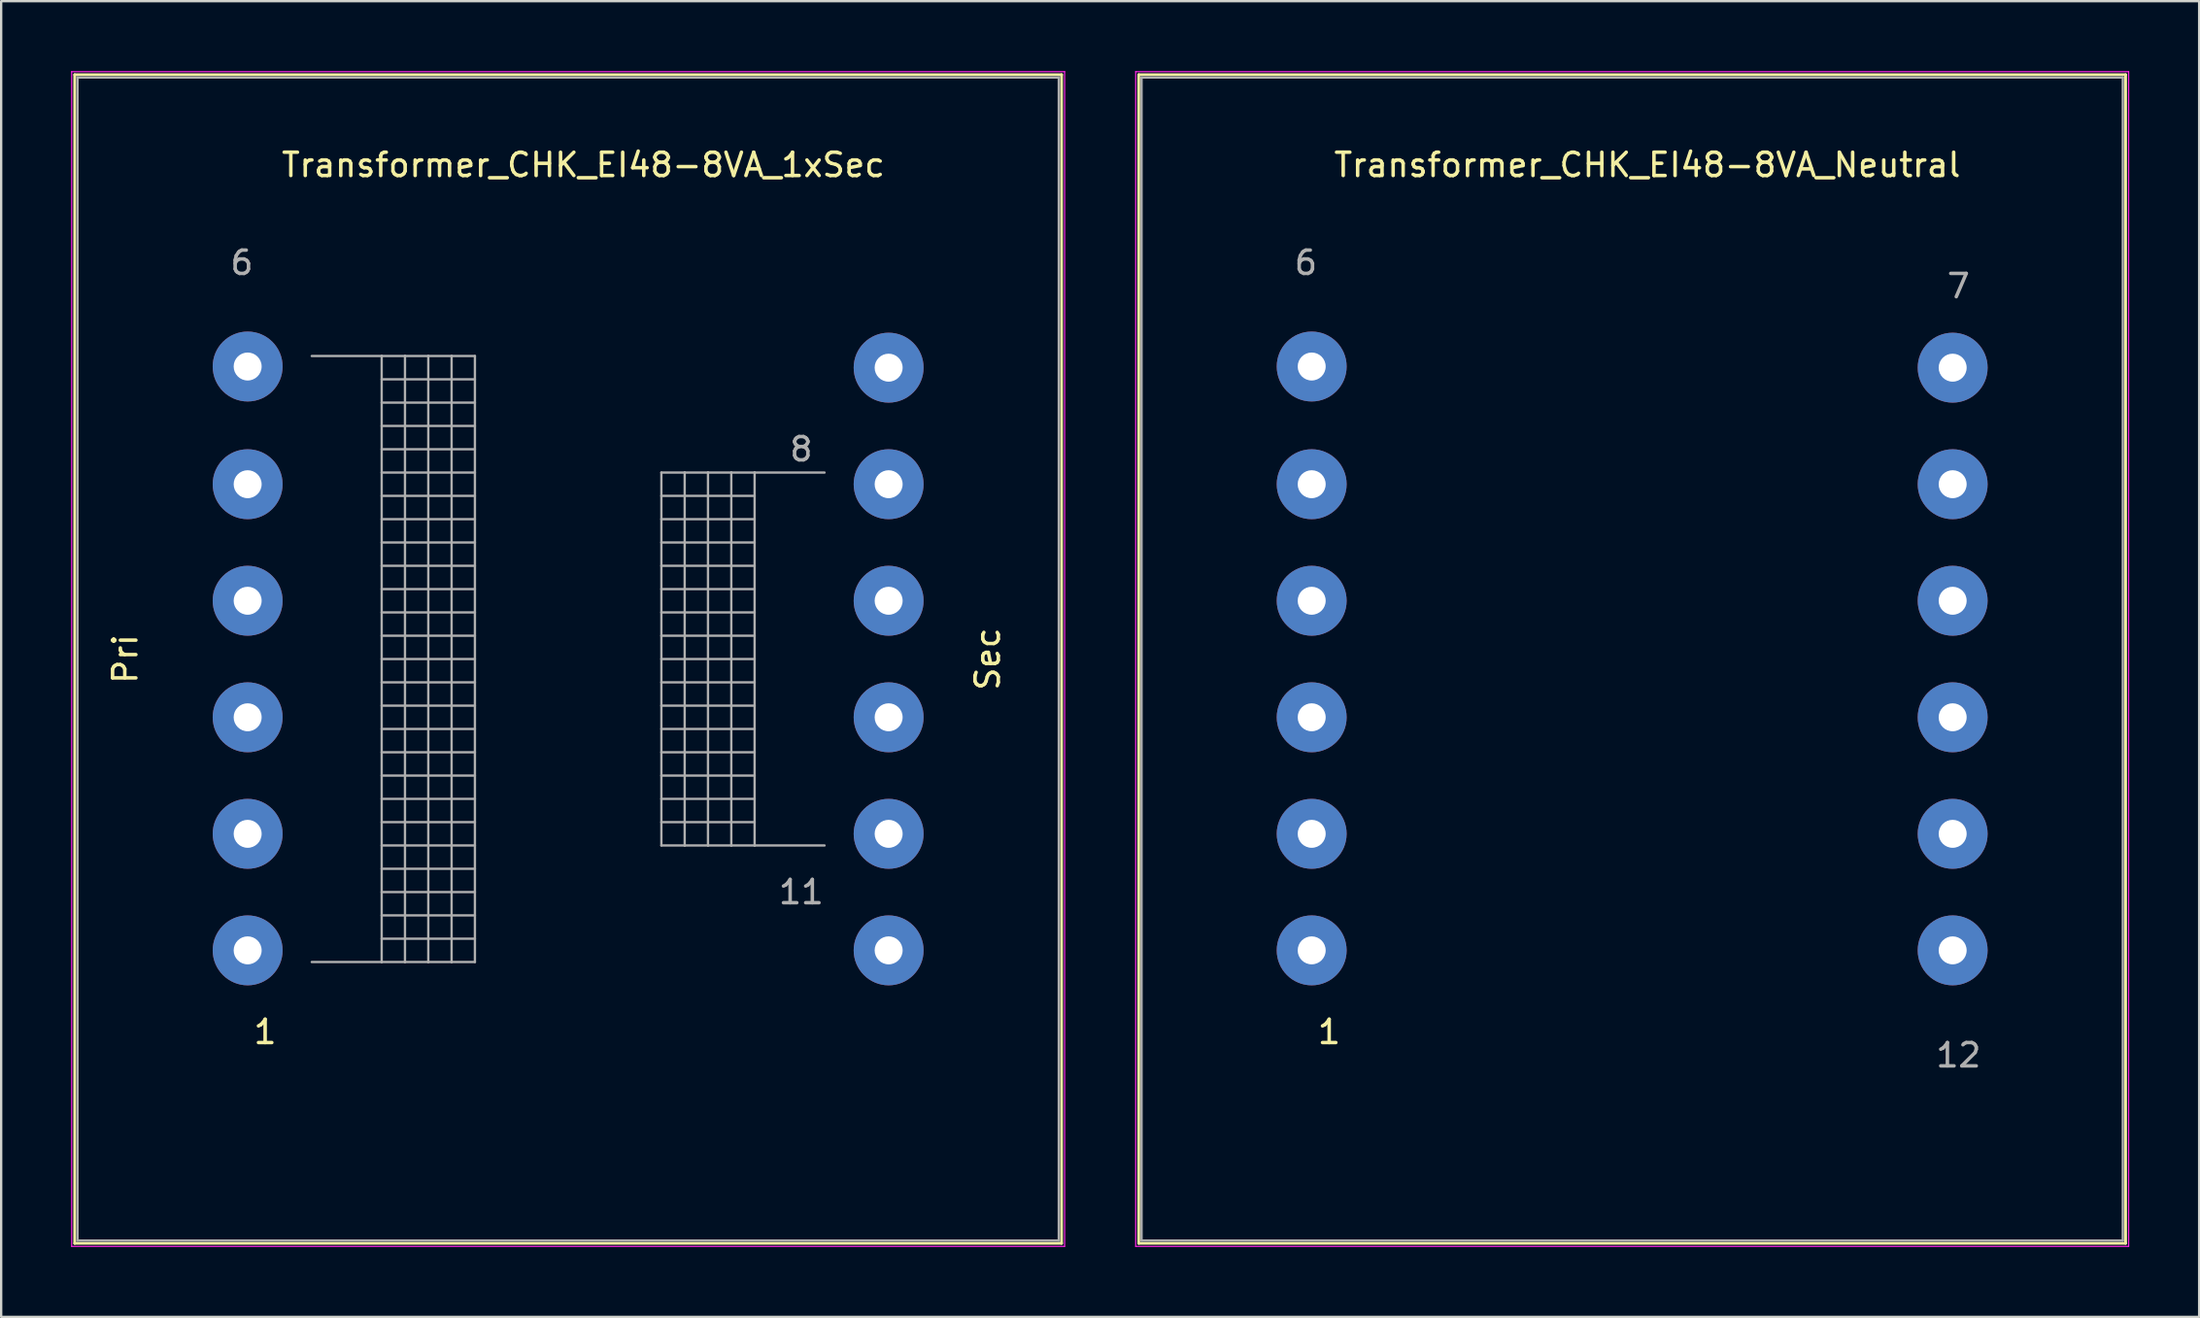
<source format=kicad_pcb>
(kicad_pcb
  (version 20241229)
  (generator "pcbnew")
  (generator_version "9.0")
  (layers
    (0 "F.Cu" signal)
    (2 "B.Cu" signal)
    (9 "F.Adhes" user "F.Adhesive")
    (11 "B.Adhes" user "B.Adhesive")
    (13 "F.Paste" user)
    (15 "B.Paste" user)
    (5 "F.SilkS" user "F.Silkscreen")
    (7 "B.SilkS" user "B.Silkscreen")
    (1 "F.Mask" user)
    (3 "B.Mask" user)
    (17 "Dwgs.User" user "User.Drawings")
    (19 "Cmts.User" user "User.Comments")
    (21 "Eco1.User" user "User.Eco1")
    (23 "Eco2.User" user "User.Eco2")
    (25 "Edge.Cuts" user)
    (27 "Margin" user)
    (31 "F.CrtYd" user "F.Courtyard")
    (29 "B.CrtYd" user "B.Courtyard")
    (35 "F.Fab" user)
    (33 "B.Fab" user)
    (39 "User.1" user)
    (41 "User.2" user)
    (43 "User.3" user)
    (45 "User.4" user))
  (footprint "Transformer_CHK_EI48-8VA_1xSec"
    (layer "F.Cu")
    (at 7.575 37.725)
    (property "Reference" "Transformer_CHK_EI48-8VA_1xSec" (at 14.4 -33.7 0) (layer "F.SilkS") (effects (font (size 1 1) (thickness 0.15))))
    (attr through_hole)
    (fp_line (start -7.42 -37.57) (end -7.42 12.57) (stroke (width 0.12) (type solid)) (layer "F.SilkS"))
    (fp_line (start -7.42 -37.57) (end 34.92 -37.57) (stroke (width 0.12) (type solid)) (layer "F.SilkS"))
    (fp_line (start 34.92 12.57) (end -7.42 12.57) (stroke (width 0.12) (type solid)) (layer "F.SilkS"))
    (fp_line (start 34.92 12.57) (end 34.92 -37.57) (stroke (width 0.12) (type solid)) (layer "F.SilkS"))
    (fp_line (start -7.55 -37.7) (end -7.55 12.7) (stroke (width 0.05) (type solid)) (layer "F.CrtYd"))
    (fp_line (start -7.55 -37.7) (end 35.05 -37.7) (stroke (width 0.05) (type solid)) (layer "F.CrtYd"))
    (fp_line (start 35.05 12.7) (end -7.55 12.7) (stroke (width 0.05) (type solid)) (layer "F.CrtYd"))
    (fp_line (start 35.05 12.7) (end 35.05 -37.7) (stroke (width 0.05) (type solid)) (layer "F.CrtYd"))
    (fp_line (start -7.3 -37.45) (end 34.8 -37.45) (stroke (width 0.1) (type solid)) (layer "F.Fab"))
    (fp_line (start -7.3 12.45) (end -7.3 -37.45) (stroke (width 0.1) (type solid)) (layer "F.Fab"))
    (fp_line (start 2.75 -25.5) (end 5.75 -25.5) (stroke (width 0.1) (type solid)) (layer "F.Fab"))
    (fp_line (start 5.75 -25.5) (end 5.75 0.5) (stroke (width 0.1) (type solid)) (layer "F.Fab"))
    (fp_line (start 5.75 -25.5) (end 6.75 -25.5) (stroke (width 0.1) (type solid)) (layer "F.Fab"))
    (fp_line (start 5.75 -24.5) (end 9.75 -24.5) (stroke (width 0.1) (type solid)) (layer "F.Fab"))
    (fp_line (start 5.75 -23.5) (end 9.75 -23.5) (stroke (width 0.1) (type solid)) (layer "F.Fab"))
    (fp_line (start 5.75 -22.5) (end 9.75 -22.5) (stroke (width 0.1) (type solid)) (layer "F.Fab"))
    (fp_line (start 5.75 -21.5) (end 9.75 -21.5) (stroke (width 0.1) (type solid)) (layer "F.Fab"))
    (fp_line (start 5.75 -20.5) (end 9.75 -20.5) (stroke (width 0.1) (type solid)) (layer "F.Fab"))
    (fp_line (start 5.75 -19.5) (end 9.75 -19.5) (stroke (width 0.1) (type solid)) (layer "F.Fab"))
    (fp_line (start 5.75 -18.5) (end 9.75 -18.5) (stroke (width 0.1) (type solid)) (layer "F.Fab"))
    (fp_line (start 5.75 -17.5) (end 9.75 -17.5) (stroke (width 0.1) (type solid)) (layer "F.Fab"))
    (fp_line (start 5.75 -16.5) (end 9.75 -16.5) (stroke (width 0.1) (type solid)) (layer "F.Fab"))
    (fp_line (start 5.75 -15.5) (end 9.75 -15.5) (stroke (width 0.1) (type solid)) (layer "F.Fab"))
    (fp_line (start 5.75 -14.5) (end 9.75 -14.5) (stroke (width 0.1) (type solid)) (layer "F.Fab"))
    (fp_line (start 5.75 -13.5) (end 9.75 -13.5) (stroke (width 0.1) (type solid)) (layer "F.Fab"))
    (fp_line (start 5.75 -12.5) (end 9.75 -12.5) (stroke (width 0.1) (type solid)) (layer "F.Fab"))
    (fp_line (start 5.75 -11.5) (end 9.75 -11.5) (stroke (width 0.1) (type solid)) (layer "F.Fab"))
    (fp_line (start 5.75 -10.5) (end 9.75 -10.5) (stroke (width 0.1) (type solid)) (layer "F.Fab"))
    (fp_line (start 5.75 -9.5) (end 9.75 -9.5) (stroke (width 0.1) (type solid)) (layer "F.Fab"))
    (fp_line (start 5.75 -8.5) (end 9.75 -8.5) (stroke (width 0.1) (type solid)) (layer "F.Fab"))
    (fp_line (start 5.75 -7.5) (end 9.75 -7.5) (stroke (width 0.1) (type solid)) (layer "F.Fab"))
    (fp_line (start 5.75 -6.5) (end 9.75 -6.5) (stroke (width 0.1) (type solid)) (layer "F.Fab"))
    (fp_line (start 5.75 -5.5) (end 9.75 -5.5) (stroke (width 0.1) (type solid)) (layer "F.Fab"))
    (fp_line (start 5.75 -4.5) (end 9.75 -4.5) (stroke (width 0.1) (type solid)) (layer "F.Fab"))
    (fp_line (start 5.75 -3.5) (end 9.75 -3.5) (stroke (width 0.1) (type solid)) (layer "F.Fab"))
    (fp_line (start 5.75 -2.5) (end 9.75 -2.5) (stroke (width 0.1) (type solid)) (layer "F.Fab"))
    (fp_line (start 5.75 -1.5) (end 9.75 -1.5) (stroke (width 0.1) (type solid)) (layer "F.Fab"))
    (fp_line (start 5.75 -0.5) (end 9.75 -0.5) (stroke (width 0.1) (type solid)) (layer "F.Fab"))
    (fp_line (start 5.75 0.5) (end 2.75 0.5) (stroke (width 0.1) (type solid)) (layer "F.Fab"))
    (fp_line (start 6.75 -25.5) (end 6.75 0.5) (stroke (width 0.1) (type solid)) (layer "F.Fab"))
    (fp_line (start 6.75 -25.5) (end 7.75 -25.5) (stroke (width 0.1) (type solid)) (layer "F.Fab"))
    (fp_line (start 6.75 0.5) (end 5.75 0.5) (stroke (width 0.1) (type solid)) (layer "F.Fab"))
    (fp_line (start 7.75 -25.5) (end 7.75 0.5) (stroke (width 0.1) (type solid)) (layer "F.Fab"))
    (fp_line (start 7.75 -25.5) (end 8.75 -25.5) (stroke (width 0.1) (type solid)) (layer "F.Fab"))
    (fp_line (start 7.75 0.5) (end 6.75 0.5) (stroke (width 0.1) (type solid)) (layer "F.Fab"))
    (fp_line (start 8.75 -25.5) (end 8.75 0.5) (stroke (width 0.1) (type solid)) (layer "F.Fab"))
    (fp_line (start 8.75 -25.5) (end 9.75 -25.5) (stroke (width 0.1) (type solid)) (layer "F.Fab"))
    (fp_line (start 8.75 0.5) (end 7.75 0.5) (stroke (width 0.1) (type solid)) (layer "F.Fab"))
    (fp_line (start 9.75 -25.5) (end 9.75 0.5) (stroke (width 0.1) (type solid)) (layer "F.Fab"))
    (fp_line (start 9.75 0.5) (end 8.75 0.5) (stroke (width 0.1) (type solid)) (layer "F.Fab"))
    (fp_line (start 17.75 -20.5) (end 17.75 -4.5) (stroke (width 0.1) (type solid)) (layer "F.Fab"))
    (fp_line (start 17.75 -19.5) (end 21.75 -19.5) (stroke (width 0.1) (type solid)) (layer "F.Fab"))
    (fp_line (start 17.75 -18.5) (end 21.75 -18.5) (stroke (width 0.1) (type solid)) (layer "F.Fab"))
    (fp_line (start 17.75 -17.5) (end 21.75 -17.5) (stroke (width 0.1) (type solid)) (layer "F.Fab"))
    (fp_line (start 17.75 -16.5) (end 21.75 -16.5) (stroke (width 0.1) (type solid)) (layer "F.Fab"))
    (fp_line (start 17.75 -15.5) (end 21.75 -15.5) (stroke (width 0.1) (type solid)) (layer "F.Fab"))
    (fp_line (start 17.75 -14.5) (end 21.75 -14.5) (stroke (width 0.1) (type solid)) (layer "F.Fab"))
    (fp_line (start 17.75 -13.5) (end 21.75 -13.5) (stroke (width 0.1) (type solid)) (layer "F.Fab"))
    (fp_line (start 17.75 -12.5) (end 21.75 -12.5) (stroke (width 0.1) (type solid)) (layer "F.Fab"))
    (fp_line (start 17.75 -11.5) (end 21.75 -11.5) (stroke (width 0.1) (type solid)) (layer "F.Fab"))
    (fp_line (start 17.75 -10.5) (end 21.75 -10.5) (stroke (width 0.1) (type solid)) (layer "F.Fab"))
    (fp_line (start 17.75 -9.5) (end 21.75 -9.5) (stroke (width 0.1) (type solid)) (layer "F.Fab"))
    (fp_line (start 17.75 -8.5) (end 21.75 -8.5) (stroke (width 0.1) (type solid)) (layer "F.Fab"))
    (fp_line (start 17.75 -7.5) (end 21.75 -7.5) (stroke (width 0.1) (type solid)) (layer "F.Fab"))
    (fp_line (start 17.75 -6.5) (end 21.75 -6.5) (stroke (width 0.1) (type solid)) (layer "F.Fab"))
    (fp_line (start 17.75 -5.5) (end 21.75 -5.5) (stroke (width 0.1) (type solid)) (layer "F.Fab"))
    (fp_line (start 17.75 -4.5) (end 18.75 -4.5) (stroke (width 0.1) (type solid)) (layer "F.Fab"))
    (fp_line (start 18.75 -20.5) (end 17.75 -20.5) (stroke (width 0.1) (type solid)) (layer "F.Fab"))
    (fp_line (start 18.75 -20.5) (end 18.75 -4.5) (stroke (width 0.1) (type solid)) (layer "F.Fab"))
    (fp_line (start 18.75 -4.5) (end 19.75 -4.5) (stroke (width 0.1) (type solid)) (layer "F.Fab"))
    (fp_line (start 19.75 -20.5) (end 18.75 -20.5) (stroke (width 0.1) (type solid)) (layer "F.Fab"))
    (fp_line (start 19.75 -20.5) (end 19.75 -4.5) (stroke (width 0.1) (type solid)) (layer "F.Fab"))
    (fp_line (start 19.75 -4.5) (end 20.75 -4.5) (stroke (width 0.1) (type solid)) (layer "F.Fab"))
    (fp_line (start 20.75 -20.5) (end 19.75 -20.5) (stroke (width 0.1) (type solid)) (layer "F.Fab"))
    (fp_line (start 20.75 -20.5) (end 20.75 -4.5) (stroke (width 0.1) (type solid)) (layer "F.Fab"))
    (fp_line (start 20.75 -4.5) (end 21.75 -4.5) (stroke (width 0.1) (type solid)) (layer "F.Fab"))
    (fp_line (start 21.75 -20.5) (end 20.75 -20.5) (stroke (width 0.1) (type solid)) (layer "F.Fab"))
    (fp_line (start 21.75 -20.5) (end 21.75 -4.5) (stroke (width 0.1) (type solid)) (layer "F.Fab"))
    (fp_line (start 21.75 -4.5) (end 24.75 -4.5) (stroke (width 0.1) (type solid)) (layer "F.Fab"))
    (fp_line (start 24.75 -20.5) (end 21.75 -20.5) (stroke (width 0.1) (type solid)) (layer "F.Fab"))
    (fp_line (start 34.8 -37.45) (end 34.8 12.45) (stroke (width 0.1) (type solid)) (layer "F.Fab"))
    (fp_line (start 34.8 12.45) (end -7.3 12.45) (stroke (width 0.1) (type solid)) (layer "F.Fab"))
    (fp_text user "Sec" (at 31.75 -12.5 90) (layer "F.SilkS") (effects (font (size 1 1) (thickness 0.15))))
    (fp_text user "Pri" (at -5.25 -12.5 90) (layer "F.SilkS") (effects (font (size 1 1) (thickness 0.15))))
    (fp_text user "1" (at 0.75 3.5 0) (layer "F.SilkS") (effects (font (size 1 1) (thickness 0.15))))
    (fp_text user "6" (at -0.25 -29.5 0) (layer "F.Fab") (effects (font (size 1 1) (thickness 0.15))))
    (fp_text user "11" (at 23.75 -2.5 0) (layer "F.Fab") (effects (font (size 1 1) (thickness 0.15))))
    (fp_text user "8" (at 23.75 -21.5 0) (layer "F.Fab") (effects (font (size 1 1) (thickness 0.15))))
    (pad "1" thru_hole circle (at 0 0) (size 3 3) (drill 1.2) (layers "*.Cu" "*.Mask"))
    (pad "2" thru_hole circle (at 0 -5) (size 3 3) (drill 1.2) (layers "*.Cu" "*.Mask"))
    (pad "3" thru_hole circle (at 0 -10) (size 3 3) (drill 1.2) (layers "*.Cu" "*.Mask"))
    (pad "4" thru_hole circle (at 0 -15) (size 3 3) (drill 1.2) (layers "*.Cu" "*.Mask"))
    (pad "5" thru_hole circle (at 0 -20) (size 3 3) (drill 1.2) (layers "*.Cu" "*.Mask"))
    (pad "6" thru_hole circle (at 0 -25.05) (size 3 3) (drill 1.2) (layers "*.Cu" "*.Mask"))
    (pad "7" thru_hole circle (at 27.5 -25) (size 3 3) (drill 1.2) (layers "*.Cu" "*.Mask"))
    (pad "8" thru_hole circle (at 27.5 -20) (size 3 3) (drill 1.2) (layers "*.Cu" "*.Mask"))
    (pad "9" thru_hole circle (at 27.5 -15) (size 3 3) (drill 1.2) (layers "*.Cu" "*.Mask"))
    (pad "10" thru_hole circle (at 27.5 -10) (size 3 3) (drill 1.2) (layers "*.Cu" "*.Mask"))
    (pad "11" thru_hole circle (at 27.5 -5) (size 3 3) (drill 1.2) (layers "*.Cu" "*.Mask"))
    (pad "12" thru_hole circle (at 27.5 0) (size 3 3) (drill 1.2) (layers "*.Cu" "*.Mask")))
  (footprint "Transformer_CHK_EI48-8VA_Neutral"
    (layer "F.Cu")
    (at 53.225 37.725)
    (property "Reference" "Transformer_CHK_EI48-8VA_Neutral" (at 14.4 -33.7 0) (layer "F.SilkS") (effects (font (size 1 1) (thickness 0.15))))
    (attr through_hole)
    (fp_line (start -7.42 -37.57) (end -7.42 12.57) (stroke (width 0.12) (type solid)) (layer "F.SilkS"))
    (fp_line (start -7.42 -37.57) (end 34.92 -37.57) (stroke (width 0.12) (type solid)) (layer "F.SilkS"))
    (fp_line (start 34.92 12.57) (end -7.42 12.57) (stroke (width 0.12) (type solid)) (layer "F.SilkS"))
    (fp_line (start 34.92 12.57) (end 34.92 -37.57) (stroke (width 0.12) (type solid)) (layer "F.SilkS"))
    (fp_line (start -7.55 -37.7) (end -7.55 12.7) (stroke (width 0.05) (type solid)) (layer "F.CrtYd"))
    (fp_line (start -7.55 -37.7) (end 35.05 -37.7) (stroke (width 0.05) (type solid)) (layer "F.CrtYd"))
    (fp_line (start 35.05 12.7) (end -7.55 12.7) (stroke (width 0.05) (type solid)) (layer "F.CrtYd"))
    (fp_line (start 35.05 12.7) (end 35.05 -37.7) (stroke (width 0.05) (type solid)) (layer "F.CrtYd"))
    (fp_line (start -7.3 -37.45) (end 34.8 -37.45) (stroke (width 0.1) (type solid)) (layer "F.Fab"))
    (fp_line (start -7.3 12.45) (end -7.3 -37.45) (stroke (width 0.1) (type solid)) (layer "F.Fab"))
    (fp_line (start 34.8 -37.45) (end 34.8 12.45) (stroke (width 0.1) (type solid)) (layer "F.Fab"))
    (fp_line (start 34.8 12.45) (end -7.3 12.45) (stroke (width 0.1) (type solid)) (layer "F.Fab"))
    (fp_text user "1" (at 0.75 3.5 0) (layer "F.SilkS") (effects (font (size 1 1) (thickness 0.15))))
    (fp_text user "7" (at 27.75 -28.5 0) (layer "F.Fab") (effects (font (size 1 1) (thickness 0.15))))
    (fp_text user "6" (at -0.25 -29.5 0) (layer "F.Fab") (effects (font (size 1 1) (thickness 0.15))))
    (fp_text user "12" (at 27.75 4.5 0) (layer "F.Fab") (effects (font (size 1 1) (thickness 0.15))))
    (pad "1" thru_hole circle (at 0 0) (size 3 3) (drill 1.2) (layers "*.Cu" "*.Mask"))
    (pad "2" thru_hole circle (at 0 -5) (size 3 3) (drill 1.2) (layers "*.Cu" "*.Mask"))
    (pad "3" thru_hole circle (at 0 -10) (size 3 3) (drill 1.2) (layers "*.Cu" "*.Mask"))
    (pad "4" thru_hole circle (at 0 -15) (size 3 3) (drill 1.2) (layers "*.Cu" "*.Mask"))
    (pad "5" thru_hole circle (at 0 -20) (size 3 3) (drill 1.2) (layers "*.Cu" "*.Mask"))
    (pad "6" thru_hole circle (at 0 -25.05) (size 3 3) (drill 1.2) (layers "*.Cu" "*.Mask"))
    (pad "7" thru_hole circle (at 27.5 -25) (size 3 3) (drill 1.2) (layers "*.Cu" "*.Mask"))
    (pad "8" thru_hole circle (at 27.5 -20) (size 3 3) (drill 1.2) (layers "*.Cu" "*.Mask"))
    (pad "9" thru_hole circle (at 27.5 -15) (size 3 3) (drill 1.2) (layers "*.Cu" "*.Mask"))
    (pad "10" thru_hole circle (at 27.5 -10) (size 3 3) (drill 1.2) (layers "*.Cu" "*.Mask"))
    (pad "11" thru_hole circle (at 27.5 -5) (size 3 3) (drill 1.2) (layers "*.Cu" "*.Mask"))
    (pad "12" thru_hole circle (at 27.5 0) (size 3 3) (drill 1.2) (layers "*.Cu" "*.Mask")))
  (gr_rect
    (start -3 -3)
    (end 91.3 53.45)
    (stroke (width 0.1) (type default))
    (fill no)
    (layer "Edge.Cuts")))
</source>
